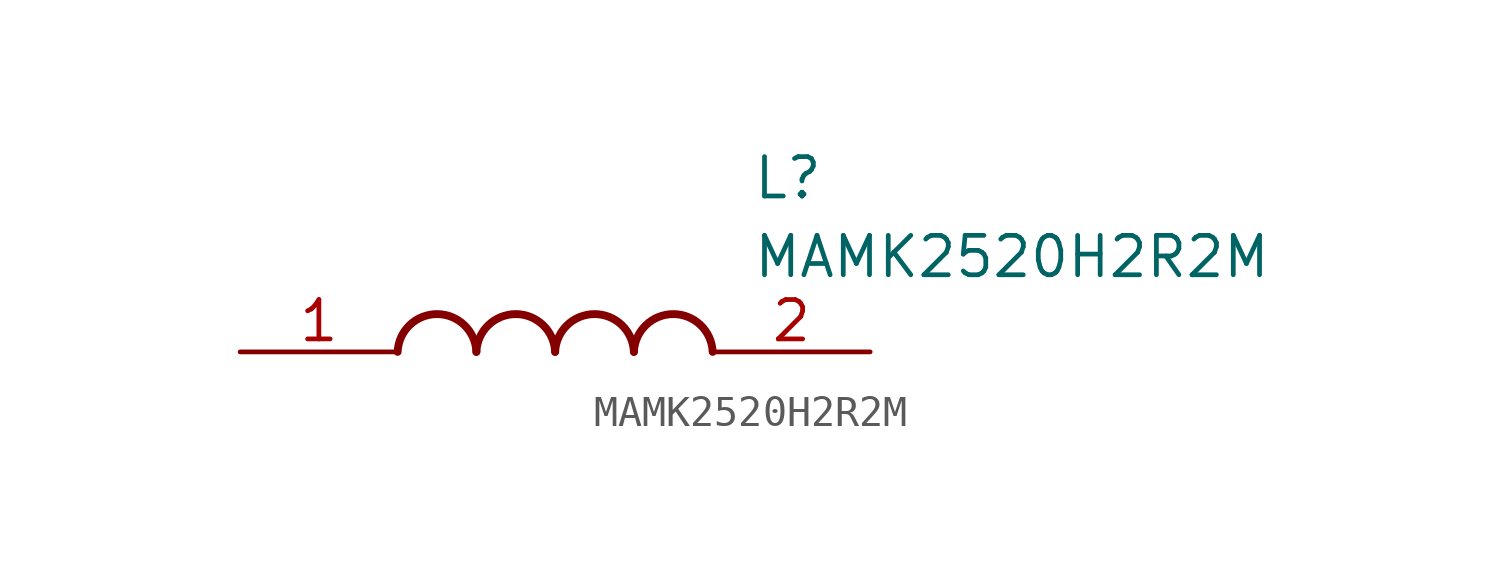
<source format=kicad_sym>
(kicad_symbol_lib
  (version 20211014)
  (generator SamacSys_ECAD_Model)
  (symbol "MAMK2520H2R2M"
    (pin_names hide)
    (property "Reference" "L"
      (at 16.51 6.35 0)
      (effects (font (size 1.27 1.27)) (justify left top)))
    (property "Value" "MAMK2520H2R2M"
      (at 16.51 3.81 0)
      (effects (font (size 1.27 1.27)) (justify left top)))
    (arc
      (start 7.62 0)
      (mid 6.35 1.219)
      (end 5.08 0)
      (stroke (width 0.254) (type default))
      (fill (type none)))
    (arc
      (start 10.16 0)
      (mid 8.89 1.219)
      (end 7.62 0)
      (stroke (width 0.254) (type default))
      (fill (type none)))
    (arc
      (start 12.7 0)
      (mid 11.43 1.219)
      (end 10.16 0)
      (stroke (width 0.254) (type default))
      (fill (type none)))
    (arc
      (start 15.24 0)
      (mid 13.97 1.219)
      (end 12.7 0)
      (stroke (width 0.254) (type default))
      (fill (type none)))
    (pin passive line
      (at 0 0 0)
      (length 5.08)
      (name "1" (effects (font (size 1.27 1.27))))
      (number "1" (effects (font (size 1.27 1.27)))))
    (pin passive line
      (at 20.32 0 180)
      (length 5.08)
      (name "2" (effects (font (size 1.27 1.27))))
      (number "2" (effects (font (size 1.27 1.27)))))))
</source>
